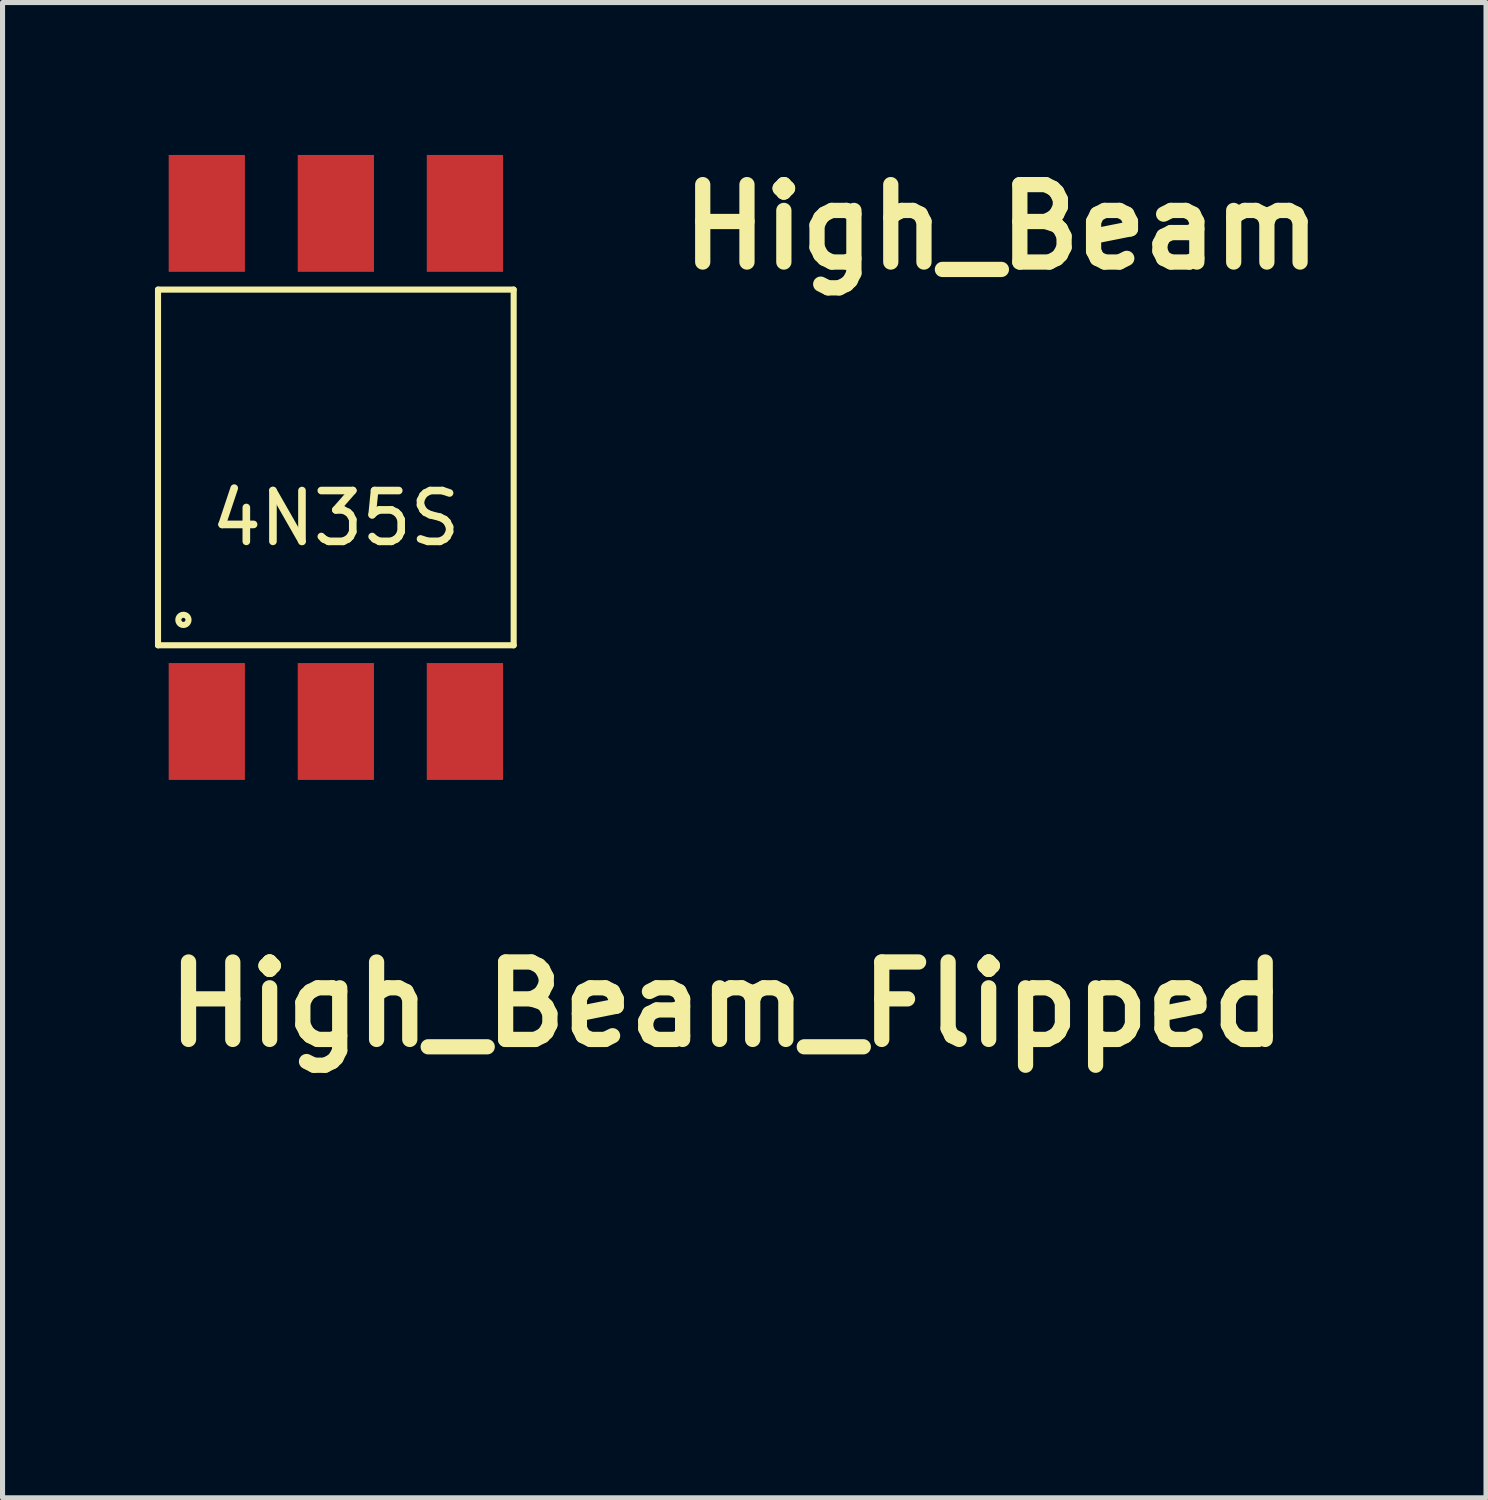
<source format=kicad_pcb>
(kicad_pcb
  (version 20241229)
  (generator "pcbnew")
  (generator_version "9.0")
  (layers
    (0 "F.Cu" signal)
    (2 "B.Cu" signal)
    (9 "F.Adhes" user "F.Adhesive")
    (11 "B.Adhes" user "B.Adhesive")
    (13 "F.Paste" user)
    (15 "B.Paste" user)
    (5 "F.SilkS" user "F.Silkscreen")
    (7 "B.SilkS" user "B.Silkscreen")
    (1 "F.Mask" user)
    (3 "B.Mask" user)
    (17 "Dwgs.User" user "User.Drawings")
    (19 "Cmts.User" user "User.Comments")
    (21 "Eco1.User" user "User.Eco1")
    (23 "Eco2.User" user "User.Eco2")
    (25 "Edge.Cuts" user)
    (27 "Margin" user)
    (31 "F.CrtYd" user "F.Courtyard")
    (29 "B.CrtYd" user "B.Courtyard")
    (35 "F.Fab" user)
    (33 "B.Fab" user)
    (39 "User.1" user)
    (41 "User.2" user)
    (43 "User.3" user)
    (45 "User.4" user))
  (footprint "4N35S"
    (layer "F.Cu")
    (at 3.56 6.15)
    (property "Reference" "4N35S" (at 0 1 0) (layer "F.SilkS") (effects (font (size 1 1) (thickness 0.15))))
    (attr through_hole)
    (fp_line (start -3.5 -3.5) (end 3.5 -3.5) (stroke (width 0.12) (type solid)) (layer "F.SilkS"))
    (fp_line (start -3.5 3.5) (end -3.5 -3.5) (stroke (width 0.12) (type solid)) (layer "F.SilkS"))
    (fp_line (start 3.5 -3.5) (end 3.5 3.5) (stroke (width 0.12) (type solid)) (layer "F.SilkS"))
    (fp_line (start 3.5 3.5) (end -3.5 3.5) (stroke (width 0.12) (type solid)) (layer "F.SilkS"))
    (fp_circle (center -3 3) (end -2.9 3) (stroke (width 0.12) (type solid)) (fill no) (layer "F.SilkS"))
    (pad "1" smd rect (at -2.54 5) (size 1.5 2.3) (layers "F.Cu" "F.Mask" "F.Paste"))
    (pad "2" smd rect (at 0 5) (size 1.5 2.3) (layers "F.Cu" "F.Mask" "F.Paste"))
    (pad "3" smd rect (at 2.54 5) (size 1.5 2.3) (layers "F.Cu" "F.Mask" "F.Paste"))
    (pad "4" smd rect (at 2.54 -5) (size 1.5 2.3) (layers "F.Cu" "F.Mask" "F.Paste"))
    (pad "5" smd rect (at 0 -5) (size 1.5 2.3) (layers "F.Cu" "F.Mask" "F.Paste"))
    (pad "6" smd rect (at -2.54 -5) (size 1.5 2.3) (layers "F.Cu" "F.Mask" "F.Paste")))
  (footprint "High_Beam_Flipped"
    (layer "F.Cu")
    (at 11.256 21.798)
    (property "Reference" "High_Beam_Flipped" (at 0 -5.08 0) (layer "F.SilkS") (effects (font (size 1.524 1.524) (thickness 0.3))))
    (attr board_only exclude_from_pos_files exclude_from_bom)
    (fp_poly (pts (xy 1.643 1.163) (xy 1.429 1.163) (xy 1.258 1.164) (xy 1.124 1.167) (xy 1.022 1.172) (xy 0.947 1.18) (xy 0.895 1.191) (xy 0.86 1.207) (xy 0.837 1.228) (xy 0.822 1.254) (xy 0.81 1.284) (xy 0.803 1.351) (xy 0.822 1.424) (xy 0.859 1.483) (xy 0.889 1.502) (xy 0.922 1.506) (xy 0.996 1.51) (xy 1.105 1.513) (xy 1.244 1.515) (xy 1.405 1.517) (xy 1.583 1.518) (xy 1.658 1.518) (xy 2.387 1.518) (xy 2.439 1.463) (xy 2.483 1.386) (xy 2.482 1.304) (xy 2.438 1.226) (xy 2.432 1.22) (xy 2.374 1.162)) (stroke (width 0) (type solid)) (fill yes) (layer "F.Mask"))
    (fp_poly (pts (xy 1.435 0.522) (xy 1.269 0.523) (xy 1.14 0.524) (xy 1.043 0.527) (xy 0.972 0.531) (xy 0.922 0.537) (xy 0.889 0.545) (xy 0.866 0.555) (xy 0.855 0.563) (xy 0.809 0.627) (xy 0.801 0.705) (xy 0.829 0.782) (xy 0.863 0.822) (xy 0.928 0.877) (xy 2.374 0.877) (xy 2.432 0.819) (xy 2.48 0.743) (xy 2.486 0.662) (xy 2.449 0.588) (xy 2.435 0.573) (xy 2.419 0.559) (xy 2.399 0.547) (xy 2.372 0.539) (xy 2.332 0.532) (xy 2.273 0.528) (xy 2.191 0.525) (xy 2.079 0.523) (xy 1.933 0.522) (xy 1.748 0.522) (xy 1.643 0.522)) (stroke (width 0) (type solid)) (fill yes) (layer "F.Mask"))
    (fp_poly (pts (xy 1.436 -0.783) (xy 1.273 -0.782) (xy 1.147 -0.781) (xy 1.052 -0.779) (xy 0.983 -0.775) (xy 0.936 -0.769) (xy 0.905 -0.762) (xy 0.884 -0.751) (xy 0.869 -0.738) (xy 0.86 -0.729) (xy 0.809 -0.647) (xy 0.803 -0.564) (xy 0.842 -0.487) (xy 0.854 -0.474) (xy 0.869 -0.461) (xy 0.889 -0.451) (xy 0.918 -0.442) (xy 0.962 -0.436) (xy 1.026 -0.432) (xy 1.115 -0.429) (xy 1.235 -0.428) (xy 1.39 -0.427) (xy 1.586 -0.427) (xy 1.644 -0.427) (xy 2.387 -0.427) (xy 2.439 -0.482) (xy 2.483 -0.559) (xy 2.482 -0.641) (xy 2.438 -0.718) (xy 2.432 -0.724) (xy 2.374 -0.783) (xy 1.642 -0.783)) (stroke (width 0) (type solid)) (fill yes) (layer "F.Mask"))
    (fp_poly (pts (xy 1.434 -1.423) (xy 1.269 -1.422) (xy 1.141 -1.421) (xy 1.045 -1.418) (xy 0.975 -1.415) (xy 0.927 -1.409) (xy 0.894 -1.401) (xy 0.873 -1.392) (xy 0.857 -1.379) (xy 0.854 -1.376) (xy 0.806 -1.3) (xy 0.804 -1.22) (xy 0.847 -1.142) (xy 0.868 -1.121) (xy 0.886 -1.106) (xy 0.906 -1.094) (xy 0.933 -1.084) (xy 0.972 -1.078) (xy 1.03 -1.073) (xy 1.111 -1.07) (xy 1.221 -1.068) (xy 1.365 -1.067) (xy 1.549 -1.067) (xy 1.651 -1.067) (xy 2.374 -1.067) (xy 2.432 -1.125) (xy 2.48 -1.201) (xy 2.486 -1.282) (xy 2.449 -1.357) (xy 2.435 -1.371) (xy 2.419 -1.386) (xy 2.4 -1.397) (xy 2.372 -1.406) (xy 2.332 -1.413) (xy 2.274 -1.417) (xy 2.191 -1.42) (xy 2.08 -1.422) (xy 1.934 -1.423) (xy 1.749 -1.423) (xy 1.641 -1.423)) (stroke (width 0) (type solid)) (fill yes) (layer "F.Mask"))
    (fp_poly (pts (xy 1.762 -0.138) (xy 1.619 -0.137) (xy 1.416 -0.135) (xy 1.255 -0.133) (xy 1.13 -0.13) (xy 1.037 -0.127) (xy 0.97 -0.123) (xy 0.924 -0.116) (xy 0.893 -0.108) (xy 0.872 -0.097) (xy 0.856 -0.083) (xy 0.85 -0.078) (xy 0.807 -0.004) (xy 0.802 0.08) (xy 0.837 0.158) (xy 0.85 0.173) (xy 0.867 0.188) (xy 0.886 0.2) (xy 0.913 0.209) (xy 0.954 0.216) (xy 1.015 0.221) (xy 1.099 0.224) (xy 1.214 0.227) (xy 1.364 0.229) (xy 1.555 0.23) (xy 1.607 0.231) (xy 1.82 0.232) (xy 1.989 0.232) (xy 2.122 0.23) (xy 2.223 0.227) (xy 2.296 0.222) (xy 2.348 0.215) (xy 2.382 0.205) (xy 2.389 0.203) (xy 2.457 0.15) (xy 2.487 0.073) (xy 2.476 -0.018) (xy 2.475 -0.021) (xy 2.462 -0.054) (xy 2.443 -0.08) (xy 2.415 -0.101) (xy 2.372 -0.116) (xy 2.309 -0.127) (xy 2.221 -0.134) (xy 2.104 -0.137) (xy 1.953 -0.138)) (stroke (width 0) (type solid)) (fill yes) (layer "F.Mask"))
    (fp_poly (pts (xy -0.617 -1.604) (xy -0.895 -1.565) (xy -1.171 -1.489) (xy -1.438 -1.379) (xy -1.689 -1.24) (xy -1.918 -1.075) (xy -2.119 -0.889) (xy -2.284 -0.686) (xy -2.37 -0.545) (xy -2.461 -0.328) (xy -2.506 -0.108) (xy -2.507 0.113) (xy -2.465 0.33) (xy -2.382 0.543) (xy -2.258 0.747) (xy -2.095 0.94) (xy -1.895 1.119) (xy -1.659 1.281) (xy -1.433 1.403) (xy -1.184 1.506) (xy -0.935 1.579) (xy -0.693 1.621) (xy -0.465 1.631) (xy -0.26 1.606) (xy -0.213 1.595) (xy -0.006 1.516) (xy 0.172 1.399) (xy 0.322 1.244) (xy 0.443 1.052) (xy 0.535 0.822) (xy 0.598 0.555) (xy 0.633 0.249) (xy 0.64 0.012) (xy 0.639 -0.01) (xy 0.28 -0.01) (xy 0.272 0.226) (xy 0.262 0.33) (xy 0.22 0.585) (xy 0.158 0.798) (xy 0.074 0.97) (xy -0.033 1.102) (xy -0.165 1.195) (xy -0.324 1.25) (xy -0.51 1.268) (xy -0.725 1.251) (xy -0.901 1.217) (xy -1.135 1.144) (xy -1.361 1.038) (xy -1.574 0.906) (xy -1.764 0.752) (xy -1.924 0.583) (xy -2.046 0.404) (xy -2.068 0.362) (xy -2.109 0.271) (xy -2.133 0.197) (xy -2.144 0.117) (xy -2.146 0.012) (xy -2.144 -0.094) (xy -2.133 -0.174) (xy -2.109 -0.248) (xy -2.068 -0.338) (xy -1.949 -0.529) (xy -1.791 -0.706) (xy -1.601 -0.865) (xy -1.386 -1.001) (xy -1.153 -1.11) (xy -0.91 -1.189) (xy -0.663 -1.232) (xy -0.522 -1.24) (xy -0.333 -1.225) (xy -0.176 -1.178) (xy -0.047 -1.096) (xy 0.058 -0.976) (xy 0.135 -0.839) (xy 0.195 -0.672) (xy 0.24 -0.47) (xy 0.268 -0.246) (xy 0.28 -0.01) (xy 0.639 -0.01) (xy 0.626 -0.319) (xy 0.583 -0.613) (xy 0.511 -0.868) (xy 0.411 -1.087) (xy 0.281 -1.268) (xy 0.259 -1.293) (xy 0.095 -1.433) (xy -0.093 -1.532) (xy -0.304 -1.591) (xy -0.538 -1.607)) (stroke (width 0) (type solid)) (fill yes) (layer "F.Mask")))
  (footprint "High_Beam"
    (layer "F.Cu")
    (at 16.659 6.498)
    (property "Reference" "High_Beam" (at 0 -5.08 0) (layer "F.SilkS") (effects (font (size 1.524 1.524) (thickness 0.3))))
    (attr board_only exclude_from_pos_files exclude_from_bom)
    (fp_poly (pts (xy -1.643 1.163) (xy -1.429 1.163) (xy -1.258 1.164) (xy -1.124 1.167) (xy -1.022 1.172) (xy -0.947 1.18) (xy -0.895 1.191) (xy -0.86 1.207) (xy -0.837 1.228) (xy -0.822 1.254) (xy -0.81 1.284) (xy -0.803 1.351) (xy -0.822 1.424) (xy -0.859 1.483) (xy -0.889 1.502) (xy -0.922 1.506) (xy -0.996 1.51) (xy -1.105 1.513) (xy -1.244 1.515) (xy -1.405 1.517) (xy -1.583 1.518) (xy -1.658 1.518) (xy -2.387 1.518) (xy -2.439 1.463) (xy -2.483 1.386) (xy -2.482 1.304) (xy -2.438 1.226) (xy -2.432 1.22) (xy -2.374 1.162)) (stroke (width 0) (type solid)) (fill yes) (layer "F.Mask"))
    (fp_poly (pts (xy -1.435 0.522) (xy -1.269 0.523) (xy -1.14 0.524) (xy -1.043 0.527) (xy -0.972 0.531) (xy -0.922 0.537) (xy -0.889 0.545) (xy -0.866 0.555) (xy -0.855 0.563) (xy -0.809 0.627) (xy -0.801 0.705) (xy -0.829 0.782) (xy -0.863 0.822) (xy -0.928 0.877) (xy -2.374 0.877) (xy -2.432 0.819) (xy -2.48 0.743) (xy -2.486 0.662) (xy -2.449 0.588) (xy -2.435 0.573) (xy -2.419 0.559) (xy -2.399 0.547) (xy -2.372 0.539) (xy -2.332 0.532) (xy -2.273 0.528) (xy -2.191 0.525) (xy -2.079 0.523) (xy -1.933 0.522) (xy -1.748 0.522) (xy -1.643 0.522)) (stroke (width 0) (type solid)) (fill yes) (layer "F.Mask"))
    (fp_poly (pts (xy -1.436 -0.783) (xy -1.273 -0.782) (xy -1.147 -0.781) (xy -1.052 -0.779) (xy -0.983 -0.775) (xy -0.936 -0.769) (xy -0.905 -0.762) (xy -0.884 -0.751) (xy -0.869 -0.738) (xy -0.86 -0.729) (xy -0.809 -0.647) (xy -0.803 -0.564) (xy -0.842 -0.487) (xy -0.854 -0.474) (xy -0.869 -0.461) (xy -0.889 -0.451) (xy -0.918 -0.442) (xy -0.962 -0.436) (xy -1.026 -0.432) (xy -1.115 -0.429) (xy -1.235 -0.428) (xy -1.39 -0.427) (xy -1.586 -0.427) (xy -1.644 -0.427) (xy -2.387 -0.427) (xy -2.439 -0.482) (xy -2.483 -0.559) (xy -2.482 -0.641) (xy -2.438 -0.718) (xy -2.432 -0.724) (xy -2.374 -0.783) (xy -1.642 -0.783)) (stroke (width 0) (type solid)) (fill yes) (layer "F.Mask"))
    (fp_poly (pts (xy -1.434 -1.423) (xy -1.269 -1.422) (xy -1.141 -1.421) (xy -1.045 -1.418) (xy -0.975 -1.415) (xy -0.927 -1.409) (xy -0.894 -1.401) (xy -0.873 -1.392) (xy -0.857 -1.379) (xy -0.854 -1.376) (xy -0.806 -1.3) (xy -0.804 -1.22) (xy -0.847 -1.142) (xy -0.868 -1.121) (xy -0.886 -1.106) (xy -0.906 -1.094) (xy -0.933 -1.084) (xy -0.972 -1.078) (xy -1.03 -1.073) (xy -1.111 -1.07) (xy -1.221 -1.068) (xy -1.365 -1.067) (xy -1.549 -1.067) (xy -1.651 -1.067) (xy -2.374 -1.067) (xy -2.432 -1.125) (xy -2.48 -1.201) (xy -2.486 -1.282) (xy -2.449 -1.357) (xy -2.435 -1.371) (xy -2.419 -1.386) (xy -2.4 -1.397) (xy -2.372 -1.406) (xy -2.332 -1.413) (xy -2.274 -1.417) (xy -2.191 -1.42) (xy -2.08 -1.422) (xy -1.934 -1.423) (xy -1.749 -1.423) (xy -1.641 -1.423)) (stroke (width 0) (type solid)) (fill yes) (layer "F.Mask"))
    (fp_poly (pts (xy -1.762 -0.138) (xy -1.619 -0.137) (xy -1.416 -0.135) (xy -1.255 -0.133) (xy -1.13 -0.13) (xy -1.037 -0.127) (xy -0.97 -0.123) (xy -0.924 -0.116) (xy -0.893 -0.108) (xy -0.872 -0.097) (xy -0.856 -0.083) (xy -0.85 -0.078) (xy -0.807 -0.004) (xy -0.802 0.08) (xy -0.837 0.158) (xy -0.85 0.173) (xy -0.867 0.188) (xy -0.886 0.2) (xy -0.913 0.209) (xy -0.954 0.216) (xy -1.015 0.221) (xy -1.099 0.224) (xy -1.214 0.227) (xy -1.364 0.229) (xy -1.555 0.23) (xy -1.607 0.231) (xy -1.82 0.232) (xy -1.989 0.232) (xy -2.122 0.23) (xy -2.223 0.227) (xy -2.296 0.222) (xy -2.348 0.215) (xy -2.382 0.205) (xy -2.389 0.203) (xy -2.457 0.15) (xy -2.487 0.073) (xy -2.476 -0.018) (xy -2.475 -0.021) (xy -2.462 -0.054) (xy -2.443 -0.08) (xy -2.415 -0.101) (xy -2.372 -0.116) (xy -2.309 -0.127) (xy -2.221 -0.134) (xy -2.104 -0.137) (xy -1.953 -0.138)) (stroke (width 0) (type solid)) (fill yes) (layer "F.Mask"))
    (fp_poly (pts (xy 0.617 -1.604) (xy 0.895 -1.565) (xy 1.171 -1.489) (xy 1.438 -1.379) (xy 1.689 -1.24) (xy 1.918 -1.075) (xy 2.119 -0.889) (xy 2.284 -0.686) (xy 2.37 -0.545) (xy 2.461 -0.328) (xy 2.506 -0.108) (xy 2.507 0.113) (xy 2.465 0.33) (xy 2.382 0.543) (xy 2.258 0.747) (xy 2.095 0.94) (xy 1.895 1.119) (xy 1.659 1.281) (xy 1.433 1.403) (xy 1.184 1.506) (xy 0.935 1.579) (xy 0.693 1.621) (xy 0.465 1.631) (xy 0.26 1.606) (xy 0.213 1.595) (xy 0.006 1.516) (xy -0.172 1.399) (xy -0.322 1.244) (xy -0.443 1.052) (xy -0.535 0.822) (xy -0.598 0.555) (xy -0.633 0.249) (xy -0.64 0.012) (xy -0.639 -0.01) (xy -0.28 -0.01) (xy -0.272 0.226) (xy -0.262 0.33) (xy -0.22 0.585) (xy -0.158 0.798) (xy -0.074 0.97) (xy 0.033 1.102) (xy 0.165 1.195) (xy 0.324 1.25) (xy 0.51 1.268) (xy 0.725 1.251) (xy 0.901 1.217) (xy 1.135 1.144) (xy 1.361 1.038) (xy 1.574 0.906) (xy 1.764 0.752) (xy 1.924 0.583) (xy 2.046 0.404) (xy 2.068 0.362) (xy 2.109 0.271) (xy 2.133 0.197) (xy 2.144 0.117) (xy 2.146 0.012) (xy 2.144 -0.094) (xy 2.133 -0.174) (xy 2.109 -0.248) (xy 2.068 -0.338) (xy 1.949 -0.529) (xy 1.791 -0.706) (xy 1.601 -0.865) (xy 1.386 -1.001) (xy 1.153 -1.11) (xy 0.91 -1.189) (xy 0.663 -1.232) (xy 0.522 -1.24) (xy 0.333 -1.225) (xy 0.176 -1.178) (xy 0.047 -1.096) (xy -0.058 -0.976) (xy -0.135 -0.839) (xy -0.195 -0.672) (xy -0.24 -0.47) (xy -0.268 -0.246) (xy -0.28 -0.01) (xy -0.639 -0.01) (xy -0.626 -0.319) (xy -0.583 -0.613) (xy -0.511 -0.868) (xy -0.411 -1.087) (xy -0.281 -1.268) (xy -0.259 -1.293) (xy -0.095 -1.433) (xy 0.093 -1.532) (xy 0.304 -1.591) (xy 0.538 -1.607)) (stroke (width 0) (type solid)) (fill yes) (layer "F.Mask")))
  (gr_rect
    (start -3 -3)
    (end 26.197 26.429)
    (stroke (width 0.1) (type default))
    (fill no)
    (layer "Edge.Cuts")))
</source>
